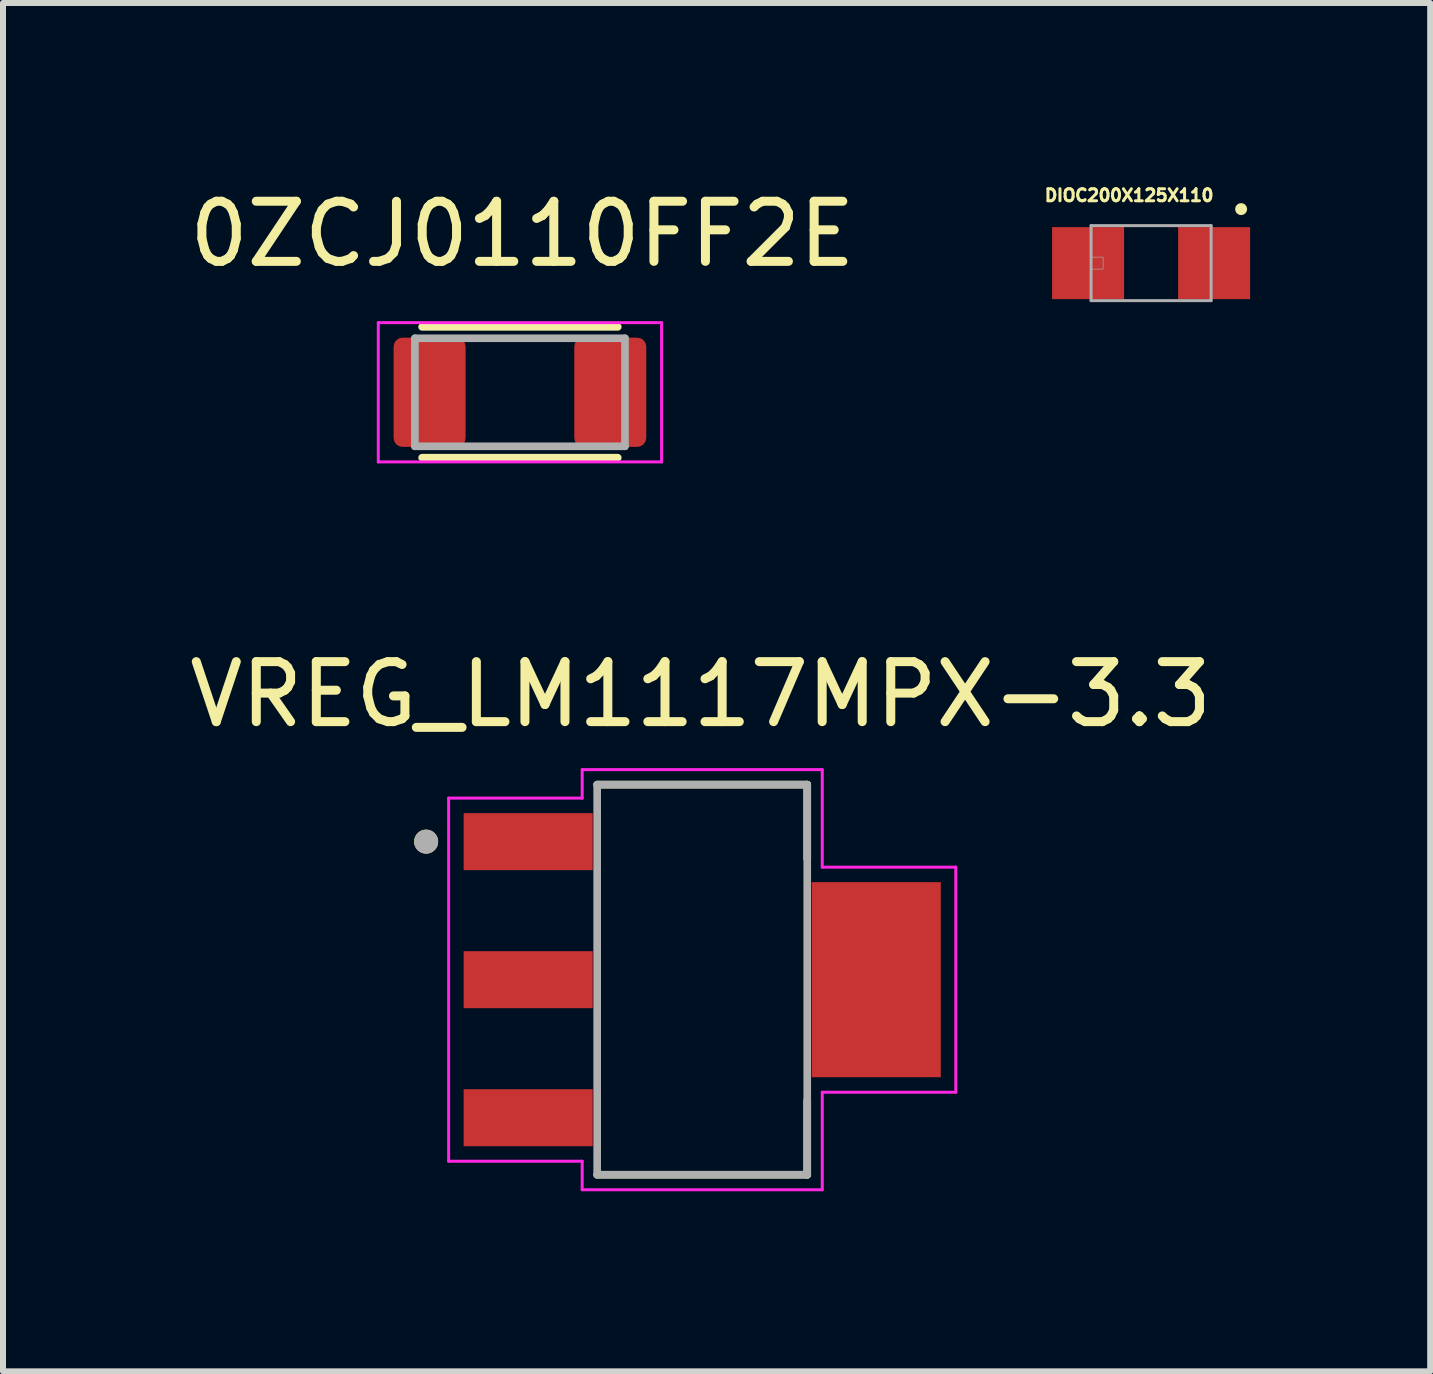
<source format=kicad_pcb>
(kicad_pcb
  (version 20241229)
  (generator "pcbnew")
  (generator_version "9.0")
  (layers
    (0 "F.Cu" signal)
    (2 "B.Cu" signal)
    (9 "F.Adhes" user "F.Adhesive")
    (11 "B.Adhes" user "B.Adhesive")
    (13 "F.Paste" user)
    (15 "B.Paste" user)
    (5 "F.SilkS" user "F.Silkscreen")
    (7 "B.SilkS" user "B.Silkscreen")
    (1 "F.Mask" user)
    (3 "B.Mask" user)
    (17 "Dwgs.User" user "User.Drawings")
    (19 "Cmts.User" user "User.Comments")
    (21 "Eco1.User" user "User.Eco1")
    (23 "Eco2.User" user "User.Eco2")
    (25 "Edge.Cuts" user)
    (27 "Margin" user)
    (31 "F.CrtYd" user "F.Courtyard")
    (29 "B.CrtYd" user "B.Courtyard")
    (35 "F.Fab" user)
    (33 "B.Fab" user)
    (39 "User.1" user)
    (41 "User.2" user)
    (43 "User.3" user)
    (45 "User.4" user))
  (footprint "0ZCJ0110FF2E"
    (layer "F.Cu")
    (at 5.613 3.486)
    (property "Reference" "0ZCJ0110FF2E" (at 0.04 -2.637 0) (layer "F.SilkS") (effects (font (size 1.001 1.001) (thickness 0.15))))
    (attr smd)
    (fp_line (start -1.63 -1.09) (end 1.63 -1.09) (stroke (width 0.127) (type solid)) (layer "F.SilkS"))
    (fp_line (start -1.63 1.09) (end 1.63 1.09) (stroke (width 0.127) (type solid)) (layer "F.SilkS"))
    (fp_line (start -2.36 -1.16) (end 2.36 -1.16) (stroke (width 0.05) (type solid)) (layer "F.CrtYd"))
    (fp_line (start -2.36 1.16) (end -2.36 -1.16) (stroke (width 0.05) (type solid)) (layer "F.CrtYd"))
    (fp_line (start 2.36 -1.16) (end 2.36 1.16) (stroke (width 0.05) (type solid)) (layer "F.CrtYd"))
    (fp_line (start 2.36 1.16) (end -2.36 1.16) (stroke (width 0.05) (type solid)) (layer "F.CrtYd"))
    (fp_line (start -1.75 -0.9) (end 1.75 -0.9) (stroke (width 0.127) (type solid)) (layer "F.Fab"))
    (fp_line (start -1.75 0.9) (end -1.75 -0.9) (stroke (width 0.127) (type solid)) (layer "F.Fab"))
    (fp_line (start 1.75 -0.9) (end 1.75 0.9) (stroke (width 0.127) (type solid)) (layer "F.Fab"))
    (fp_line (start 1.75 0.9) (end -1.75 0.9) (stroke (width 0.127) (type solid)) (layer "F.Fab"))
    (pad "1" smd roundrect (at -1.505 0) (size 1.2 1.82) (layers "F.Cu" "F.Mask" "F.Paste") (roundrect_rratio 0.125))
    (pad "2" smd roundrect (at 1.505 0) (size 1.2 1.82) (layers "F.Cu" "F.Mask" "F.Paste") (roundrect_rratio 0.125)))
  (footprint "DIOC200X125X110"
    (layer "F.Cu")
    (at 16.129 1.334)
    (property "Reference" "DIOC200X125X110" (at -0.366 -1.129 0) (layer "F.SilkS") (effects (font (size 0.2 0.2) (thickness 0.15))))
    (attr smd)
    (fp_circle (center 1.5 -0.9) (end 1.5 -0.85) (stroke (width 0.1) (type default)) (fill no) (layer "F.SilkS"))
    (fp_line (start -1 -0.625) (end -1 0.625) (stroke (width 0.05) (type solid)) (layer "F.Fab"))
    (fp_line (start -1 0.625) (end 1 0.625) (stroke (width 0.05) (type solid)) (layer "F.Fab"))
    (fp_line (start 1 -0.625) (end -1 -0.625) (stroke (width 0.05) (type solid)) (layer "F.Fab"))
    (fp_line (start 1 0.625) (end 1 -0.625) (stroke (width 0.05) (type solid)) (layer "F.Fab"))
    (fp_poly (pts (xy -1.002 -0.1) (xy -0.8 -0.1) (xy -0.8 0.1) (xy -1.002 0.1)) (stroke (width 0.01) (type solid)) (fill no) (layer "F.Fab"))
    (pad "+" smd rect (at 1.05 0) (size 1.2 1.2) (layers "F.Cu" "F.Mask" "F.Paste"))
    (pad "-" smd rect (at -1.05 0) (size 1.2 1.2) (layers "F.Cu" "F.Mask" "F.Paste")))
  (footprint "VREG_LM1117MPX-3.3"
    (layer "F.Cu")
    (at 8.65 13.273)
    (property "Reference" "VREG_LM1117MPX-3.3" (at -0.025 -4.754 0) (layer "F.SilkS") (effects (font (size 1 1) (thickness 0.15))))
    (attr smd)
    (fp_line (start -1.75 -3.25) (end 1.75 -3.25) (stroke (width 0.127) (type solid)) (layer "F.SilkS"))
    (fp_line (start -1.75 3.25) (end 1.75 3.25) (stroke (width 0.127) (type solid)) (layer "F.SilkS"))
    (fp_line (start 1.75 -3.25) (end 1.75 -2.01) (stroke (width 0.127) (type solid)) (layer "F.SilkS"))
    (fp_line (start 1.75 3.25) (end 1.75 2.01) (stroke (width 0.127) (type solid)) (layer "F.SilkS"))
    (fp_circle (center -4.6 -2.3) (end -4.5 -2.3) (stroke (width 0.2) (type solid)) (fill no) (layer "F.SilkS"))
    (fp_line (start -4.225 -3.025) (end -4.225 3.025) (stroke (width 0.05) (type solid)) (layer "F.CrtYd"))
    (fp_line (start -4.225 3.025) (end -2 3.025) (stroke (width 0.05) (type solid)) (layer "F.CrtYd"))
    (fp_line (start -2 -3.5) (end -2 -3.025) (stroke (width 0.05) (type solid)) (layer "F.CrtYd"))
    (fp_line (start -2 -3.025) (end -4.225 -3.025) (stroke (width 0.05) (type solid)) (layer "F.CrtYd"))
    (fp_line (start -2 3.025) (end -2 3.5) (stroke (width 0.05) (type solid)) (layer "F.CrtYd"))
    (fp_line (start -2 3.5) (end 2 3.5) (stroke (width 0.05) (type solid)) (layer "F.CrtYd"))
    (fp_line (start 2 -3.5) (end -2 -3.5) (stroke (width 0.05) (type solid)) (layer "F.CrtYd"))
    (fp_line (start 2 -1.875) (end 2 -3.5) (stroke (width 0.05) (type solid)) (layer "F.CrtYd"))
    (fp_line (start 2 1.875) (end 4.225 1.875) (stroke (width 0.05) (type solid)) (layer "F.CrtYd"))
    (fp_line (start 2 3.5) (end 2 1.875) (stroke (width 0.05) (type solid)) (layer "F.CrtYd"))
    (fp_line (start 4.225 -1.875) (end 2 -1.875) (stroke (width 0.05) (type solid)) (layer "F.CrtYd"))
    (fp_line (start 4.225 1.875) (end 4.225 -1.875) (stroke (width 0.05) (type solid)) (layer "F.CrtYd"))
    (fp_line (start -1.75 -3.25) (end -1.75 3.25) (stroke (width 0.127) (type solid)) (layer "F.Fab"))
    (fp_line (start 1.75 -3.25) (end -1.75 -3.25) (stroke (width 0.127) (type solid)) (layer "F.Fab"))
    (fp_line (start 1.75 -3.25) (end 1.75 3.25) (stroke (width 0.127) (type solid)) (layer "F.Fab"))
    (fp_line (start 1.75 3.25) (end -1.75 3.25) (stroke (width 0.127) (type solid)) (layer "F.Fab"))
    (fp_circle (center -4.6 -2.3) (end -4.5 -2.3) (stroke (width 0.2) (type solid)) (fill no) (layer "F.Fab"))
    (pad "1" smd rect (at -2.9 -2.3) (size 2.15 0.95) (layers "F.Cu" "F.Mask" "F.Paste"))
    (pad "2" smd rect (at -2.9 0) (size 2.15 0.95) (layers "F.Cu" "F.Mask" "F.Paste"))
    (pad "3" smd rect (at -2.9 2.3) (size 2.15 0.95) (layers "F.Cu" "F.Mask" "F.Paste"))
    (pad "4" smd rect (at 2.9 0) (size 2.15 3.25) (layers "F.Cu" "F.Mask" "F.Paste")))
  (gr_rect
    (start -3 -3)
    (end 20.779 19.798)
    (stroke (width 0.1) (type default))
    (fill no)
    (layer "Edge.Cuts")))
</source>
